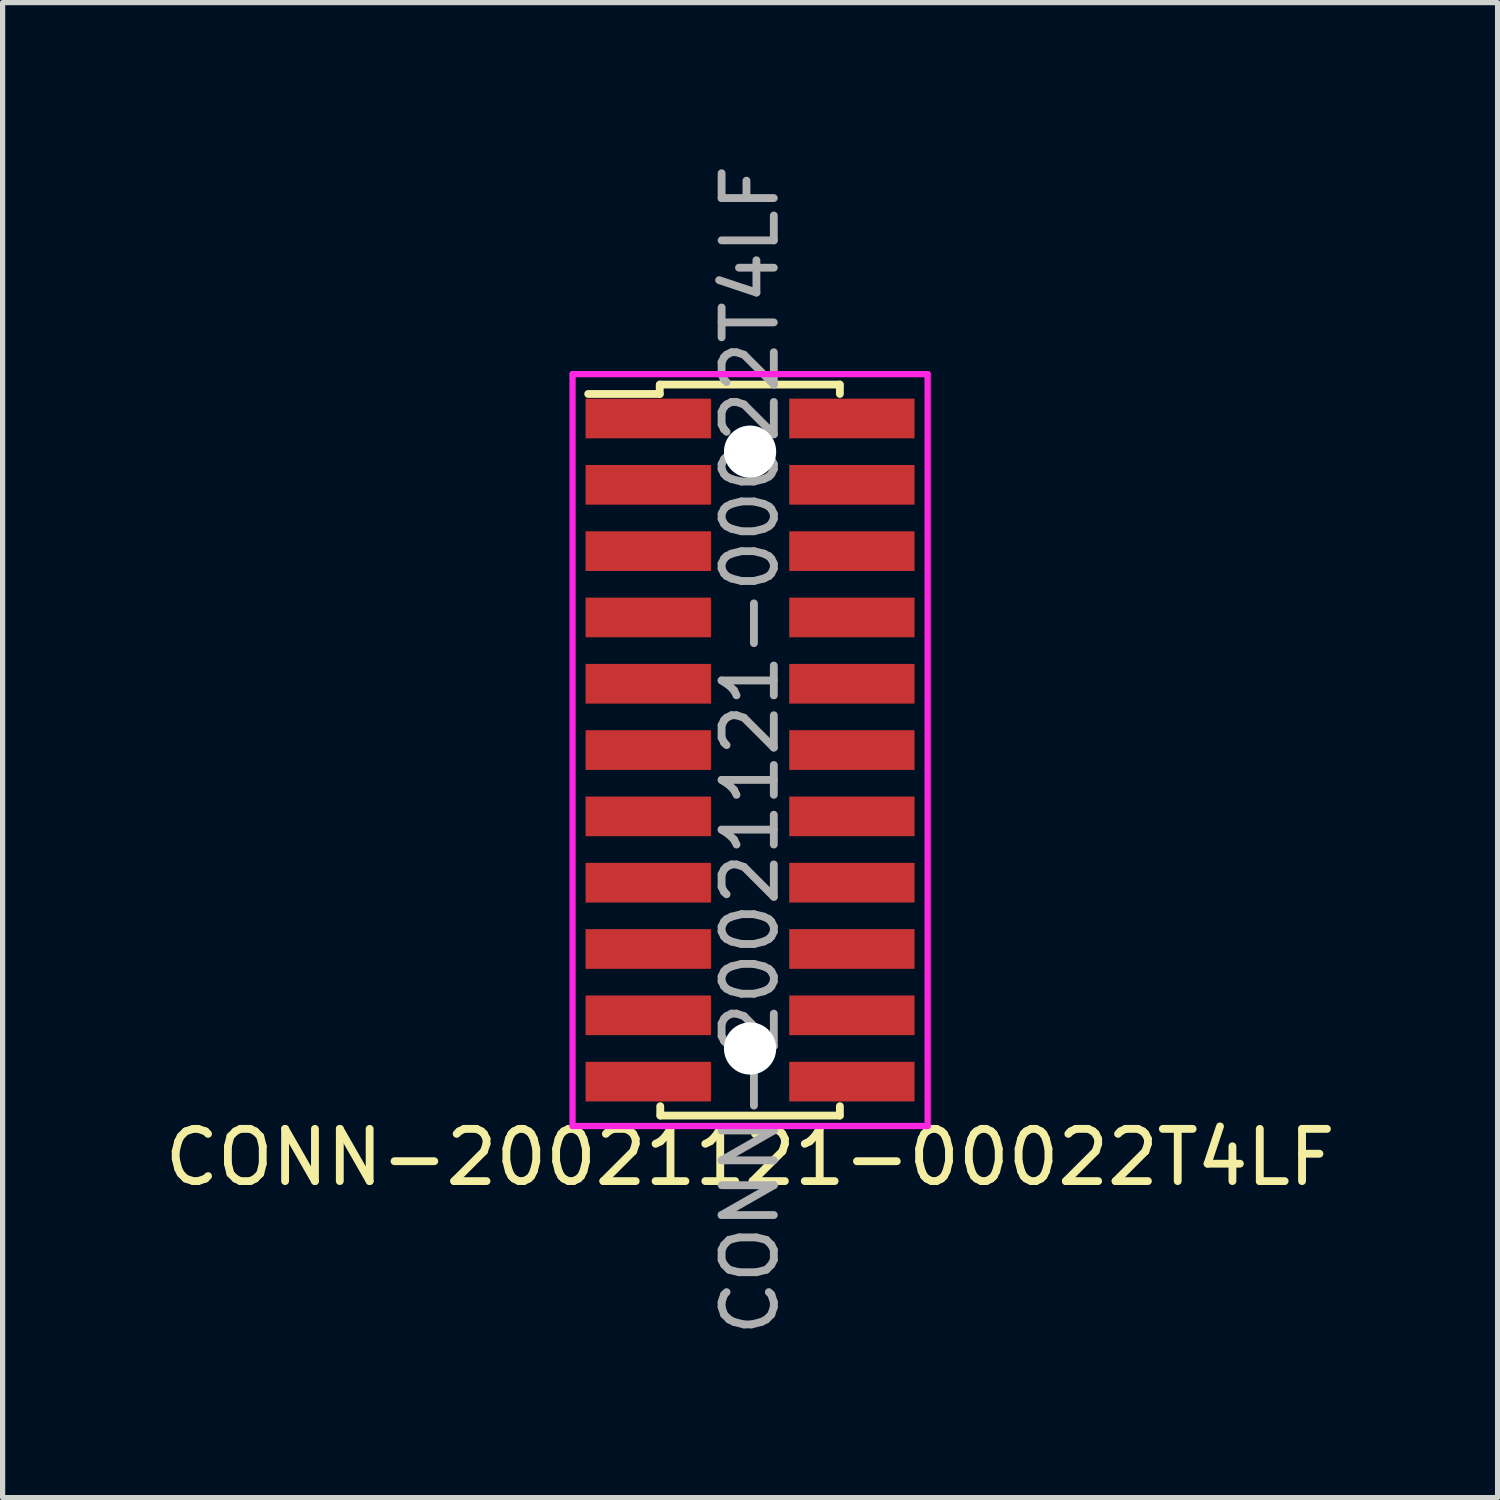
<source format=kicad_pcb>
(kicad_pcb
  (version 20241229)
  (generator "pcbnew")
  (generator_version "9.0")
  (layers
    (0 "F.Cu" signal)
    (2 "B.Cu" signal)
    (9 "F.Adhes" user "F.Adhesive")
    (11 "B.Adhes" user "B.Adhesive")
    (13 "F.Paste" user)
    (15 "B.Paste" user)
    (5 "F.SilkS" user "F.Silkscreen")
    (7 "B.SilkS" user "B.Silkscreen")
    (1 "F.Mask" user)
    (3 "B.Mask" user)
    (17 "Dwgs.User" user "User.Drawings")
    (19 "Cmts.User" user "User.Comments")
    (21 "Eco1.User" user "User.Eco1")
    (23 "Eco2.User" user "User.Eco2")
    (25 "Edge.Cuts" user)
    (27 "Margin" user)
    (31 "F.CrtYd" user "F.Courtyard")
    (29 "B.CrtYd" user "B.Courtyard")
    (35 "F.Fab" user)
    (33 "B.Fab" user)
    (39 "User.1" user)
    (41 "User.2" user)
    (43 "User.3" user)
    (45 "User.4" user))
  (footprint "CONN-20021121-00022T4LF"
    (layer "F.Cu")
    (at 11.315 11.315)
    (property "Reference" "CONN-20021121-00022T4LF" (at 0 7.8 0) (layer "F.SilkS") (effects (font (size 1 1) (thickness 0.15))))
    (attr through_hole)
    (fp_line (start -1.73 -7) (end -1.73 -6.82) (stroke (width 0.15) (type solid)) (layer "F.SilkS"))
    (fp_line (start -1.73 -6.82) (end -3.1 -6.82) (stroke (width 0.15) (type solid)) (layer "F.SilkS"))
    (fp_line (start -1.72 7) (end -1.72 6.82) (stroke (width 0.15) (type solid)) (layer "F.SilkS"))
    (fp_line (start -1.715 -7) (end 1.715 -7) (stroke (width 0.15) (type solid)) (layer "F.SilkS"))
    (fp_line (start -1.715 7) (end 1.715 7) (stroke (width 0.15) (type solid)) (layer "F.SilkS"))
    (fp_line (start 1.72 -7) (end 1.72 -6.82) (stroke (width 0.15) (type solid)) (layer "F.SilkS"))
    (fp_line (start 1.72 7) (end 1.72 6.82) (stroke (width 0.15) (type solid)) (layer "F.SilkS"))
    (fp_line (start -3.4 -7.2) (end -3.4 7.2) (stroke (width 0.12) (type solid)) (layer "F.CrtYd"))
    (fp_line (start -3.4 7.2) (end 3.4 7.2) (stroke (width 0.12) (type solid)) (layer "F.CrtYd"))
    (fp_line (start 3.4 -7.2) (end -3.4 -7.2) (stroke (width 0.12) (type solid)) (layer "F.CrtYd"))
    (fp_line (start 3.4 7.2) (end 3.4 -7.2) (stroke (width 0.12) (type solid)) (layer "F.CrtYd"))
    (fp_text user "${REFERENCE}" (at 0 0 90) (layer "F.Fab") (effects (font (size 1 1) (thickness 0.15))))
    (pad "" np_thru_hole circle (at 0 -5.715) (size 1 1) (drill 1) (layers "*.Cu" "*.Mask"))
    (pad "" np_thru_hole circle (at 0 5.715) (size 1 1) (drill 1) (layers "*.Cu" "*.Mask"))
    (pad "1" smd rect (at -1.95 -6.35) (size 2.4 0.76) (layers "F.Cu" "F.Mask" "F.Paste"))
    (pad "2" smd rect (at 1.95 -6.35) (size 2.4 0.76) (layers "F.Cu" "F.Mask" "F.Paste"))
    (pad "3" smd rect (at -1.95 -5.08) (size 2.4 0.76) (layers "F.Cu" "F.Mask" "F.Paste"))
    (pad "4" smd rect (at 1.95 -5.08) (size 2.4 0.76) (layers "F.Cu" "F.Mask" "F.Paste"))
    (pad "5" smd rect (at -1.95 -3.81) (size 2.4 0.76) (layers "F.Cu" "F.Mask" "F.Paste"))
    (pad "6" smd rect (at 1.95 -3.81) (size 2.4 0.76) (layers "F.Cu" "F.Mask" "F.Paste"))
    (pad "7" smd rect (at -1.95 -2.54) (size 2.4 0.76) (layers "F.Cu" "F.Mask" "F.Paste"))
    (pad "8" smd rect (at 1.95 -2.54) (size 2.4 0.76) (layers "F.Cu" "F.Mask" "F.Paste"))
    (pad "9" smd rect (at -1.95 -1.27) (size 2.4 0.76) (layers "F.Cu" "F.Mask" "F.Paste"))
    (pad "10" smd rect (at 1.95 -1.27) (size 2.4 0.76) (layers "F.Cu" "F.Mask" "F.Paste"))
    (pad "11" smd rect (at -1.95 0) (size 2.4 0.76) (layers "F.Cu" "F.Mask" "F.Paste"))
    (pad "12" smd rect (at 1.95 0) (size 2.4 0.76) (layers "F.Cu" "F.Mask" "F.Paste"))
    (pad "13" smd rect (at -1.95 1.27) (size 2.4 0.76) (layers "F.Cu" "F.Mask" "F.Paste"))
    (pad "14" smd rect (at 1.95 1.27) (size 2.4 0.76) (layers "F.Cu" "F.Mask" "F.Paste"))
    (pad "15" smd rect (at -1.95 2.54) (size 2.4 0.76) (layers "F.Cu" "F.Mask" "F.Paste"))
    (pad "16" smd rect (at 1.95 2.54) (size 2.4 0.76) (layers "F.Cu" "F.Mask" "F.Paste"))
    (pad "17" smd rect (at -1.95 3.81) (size 2.4 0.76) (layers "F.Cu" "F.Mask" "F.Paste"))
    (pad "18" smd rect (at 1.95 3.81) (size 2.4 0.76) (layers "F.Cu" "F.Mask" "F.Paste"))
    (pad "19" smd rect (at -1.95 5.08) (size 2.4 0.76) (layers "F.Cu" "F.Mask" "F.Paste"))
    (pad "20" smd rect (at 1.95 5.08) (size 2.4 0.76) (layers "F.Cu" "F.Mask" "F.Paste"))
    (pad "21" smd rect (at -1.95 6.35) (size 2.4 0.76) (layers "F.Cu" "F.Mask" "F.Paste"))
    (pad "22" smd rect (at 1.95 6.35) (size 2.4 0.76) (layers "F.Cu" "F.Mask" "F.Paste")))
  (gr_rect
    (start -3 -3)
    (end 25.631 25.631)
    (stroke (width 0.1) (type default))
    (fill no)
    (layer "Edge.Cuts")))
</source>
